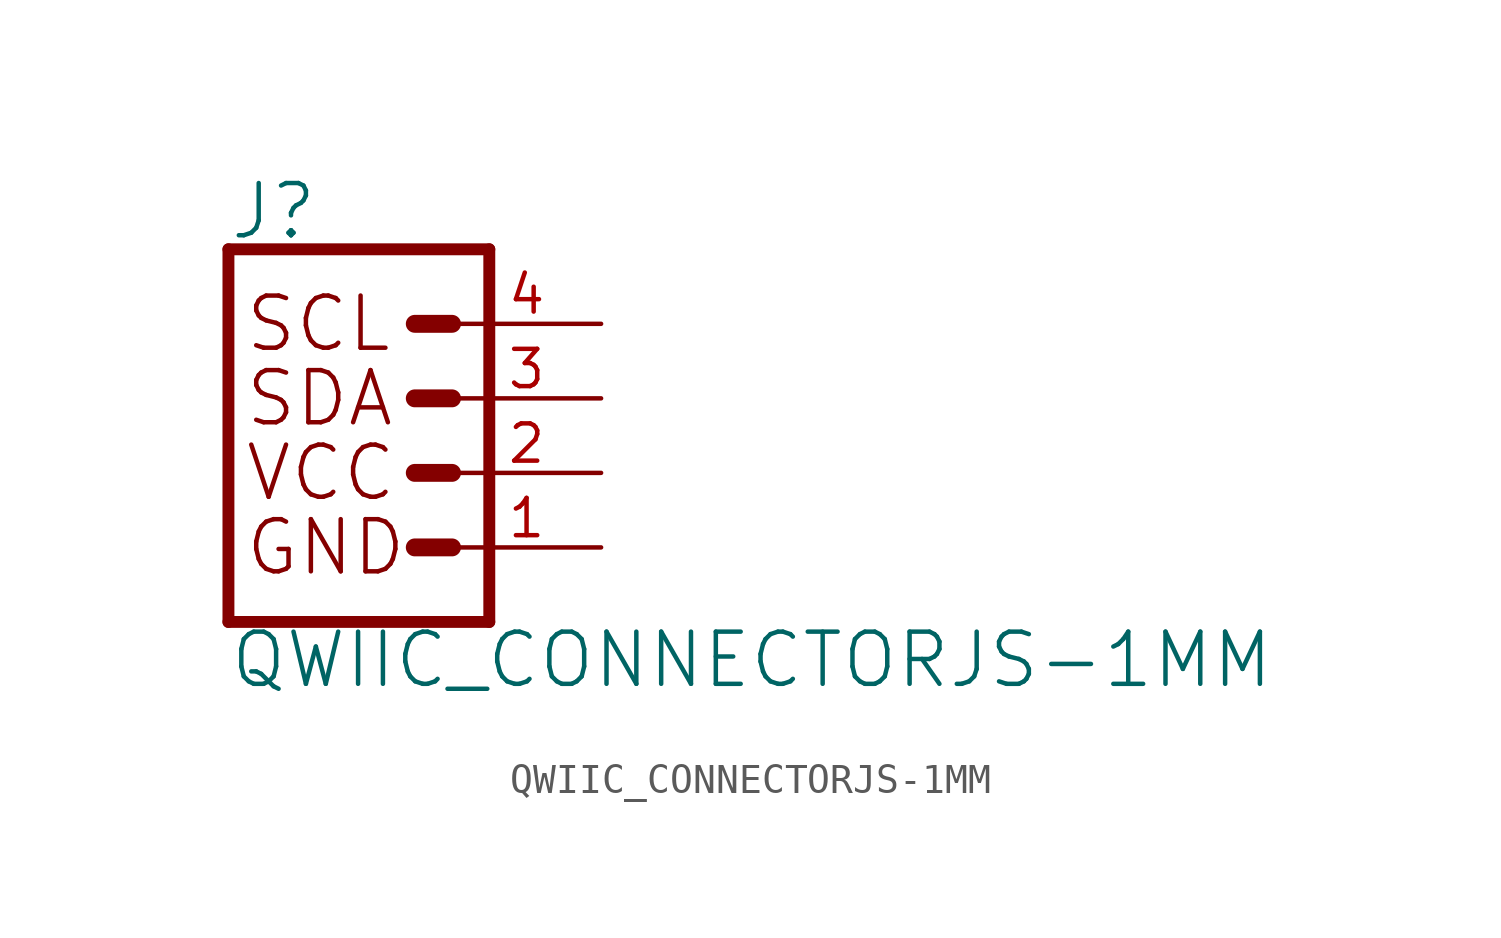
<source format=kicad_sym>
(kicad_symbol_lib
  (version 20211014)
  (generator kicad_symbol_editor)
  (symbol "QWIIC_CONNECTORJS-1MM"
    (property "Reference" "J"
      (at -5.08 7.874 0)
      (effects (font (size 1.778 1.778)) (justify left bottom)))
    (property "Value" "QWIIC_CONNECTORJS-1MM"
      (at -5.08 -5.334 0)
      (effects (font (size 1.778 1.778)) (justify left top)))
    (property "ki_locked" ""
      (at 0 0 0)
      (effects (font (size 1.27 1.27))))
    (symbol "QWIIC_CONNECTORJS-1MM_1_0"
      (polyline (pts (xy -5.08 7.62) (xy -5.08 -5.08)) (stroke (width 0.406) (type default) (color 0 0 0 0)) (fill (type none)))
      (polyline (pts (xy -5.08 7.62) (xy 3.81 7.62)) (stroke (width 0.406) (type default) (color 0 0 0 0)) (fill (type none)))
      (polyline (pts (xy 1.27 -2.54) (xy 2.54 -2.54)) (stroke (width 0.61) (type default) (color 0 0 0 0)) (fill (type none)))
      (polyline (pts (xy 1.27 0) (xy 2.54 0)) (stroke (width 0.61) (type default) (color 0 0 0 0)) (fill (type none)))
      (polyline (pts (xy 1.27 2.54) (xy 2.54 2.54)) (stroke (width 0.61) (type default) (color 0 0 0 0)) (fill (type none)))
      (polyline (pts (xy 1.27 5.08) (xy 2.54 5.08)) (stroke (width 0.61) (type default) (color 0 0 0 0)) (fill (type none)))
      (polyline (pts (xy 3.81 -5.08) (xy -5.08 -5.08)) (stroke (width 0.406) (type default) (color 0 0 0 0)) (fill (type none)))
      (polyline (pts (xy 3.81 -5.08) (xy 3.81 7.62)) (stroke (width 0.406) (type default) (color 0 0 0 0)) (fill (type none)))
      (text "GND" (at -4.572 -2.54 0) (effects (font (size 1.778 1.778)) (justify left)))
      (text "SCL" (at -4.572 5.08 0) (effects (font (size 1.778 1.778)) (justify left)))
      (text "SDA" (at -4.572 2.54 0) (effects (font (size 1.778 1.778)) (justify left)))
      (text "VCC" (at -4.572 0 0) (effects (font (size 1.778 1.778)) (justify left)))
      (pin power_in line (at 7.62 -2.54 180) (length 5.08) (name "1" (effects (font (size 0 0)))) (number "1" (effects (font (size 1.27 1.27)))))
      (pin power_in line (at 7.62 0 180) (length 5.08) (name "2" (effects (font (size 0 0)))) (number "2" (effects (font (size 1.27 1.27)))))
      (pin passive line (at 7.62 2.54 180) (length 5.08) (name "3" (effects (font (size 0 0)))) (number "3" (effects (font (size 1.27 1.27)))))
      (pin passive line (at 7.62 5.08 180) (length 5.08) (name "4" (effects (font (size 0 0)))) (number "4" (effects (font (size 1.27 1.27))))))))
</source>
